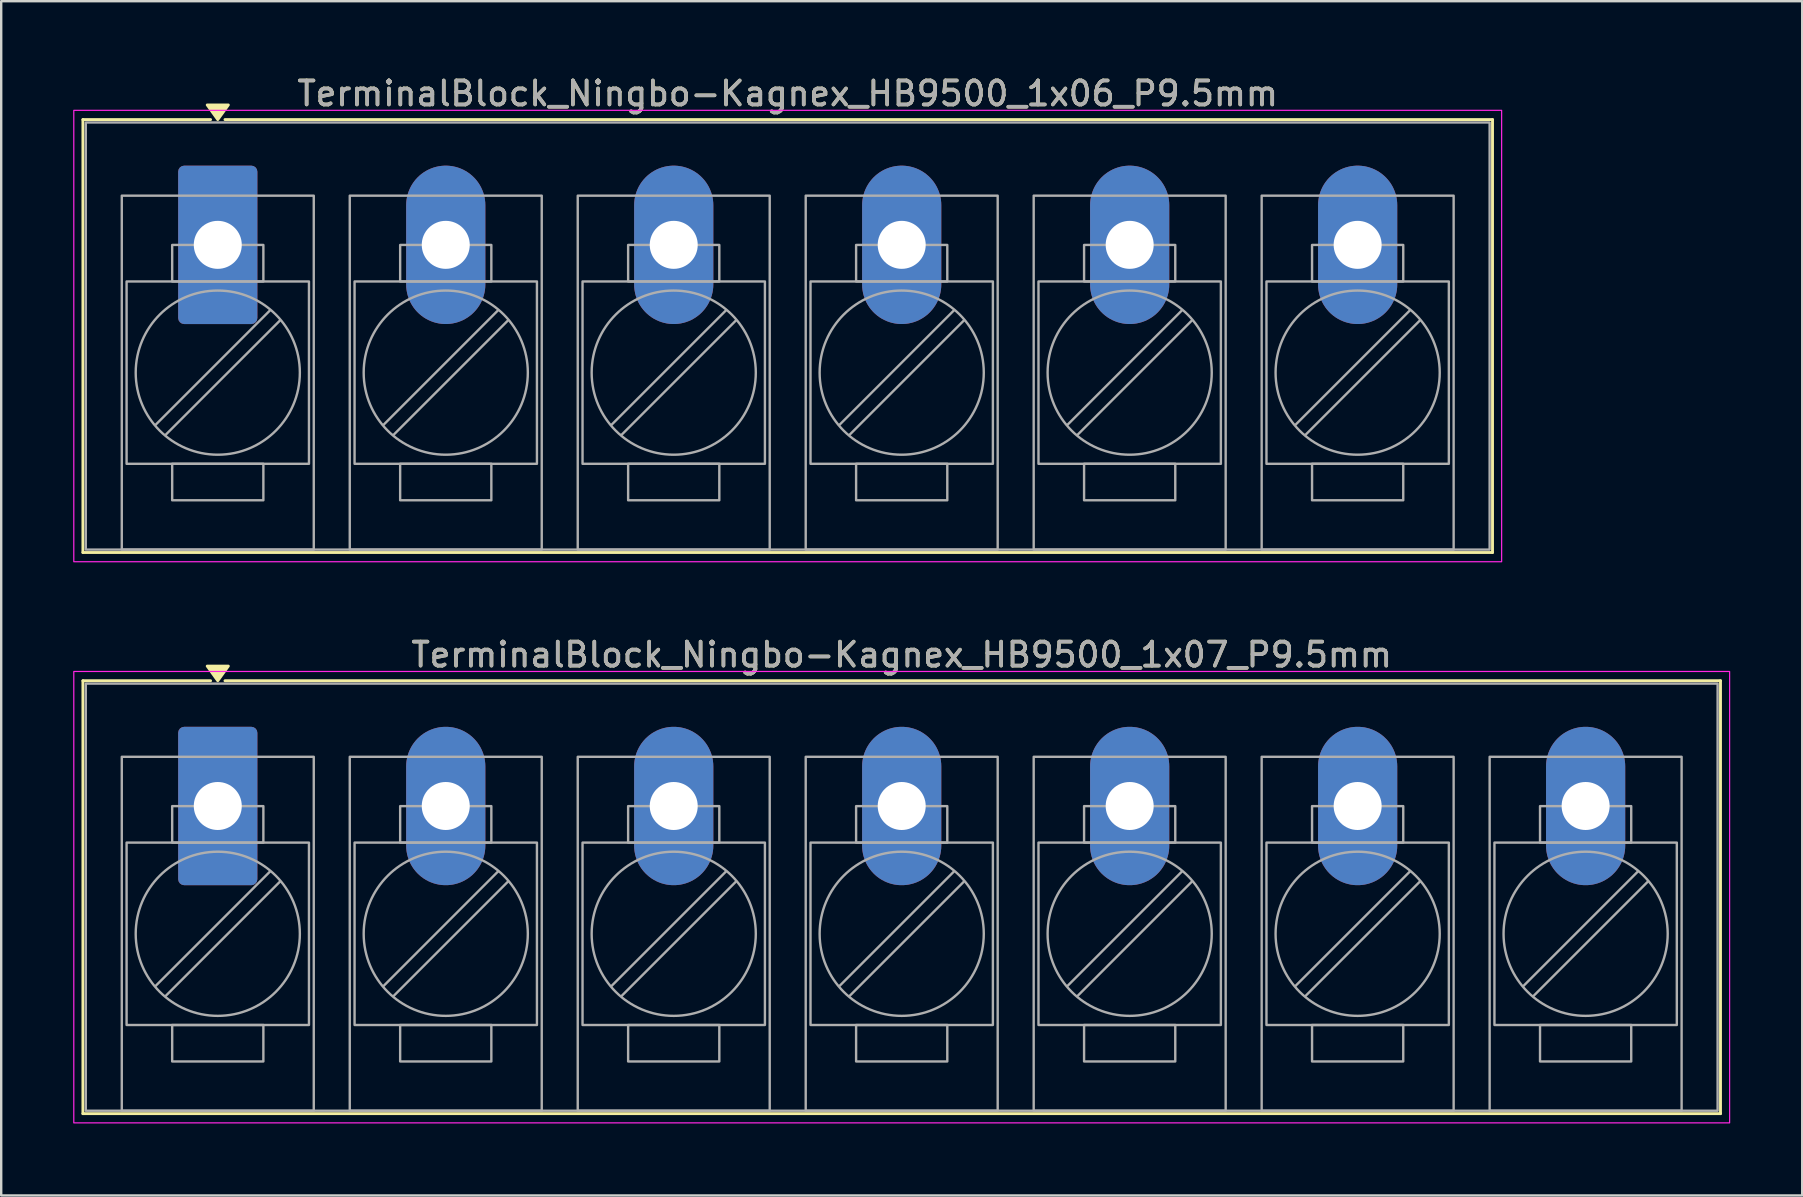
<source format=kicad_pcb>
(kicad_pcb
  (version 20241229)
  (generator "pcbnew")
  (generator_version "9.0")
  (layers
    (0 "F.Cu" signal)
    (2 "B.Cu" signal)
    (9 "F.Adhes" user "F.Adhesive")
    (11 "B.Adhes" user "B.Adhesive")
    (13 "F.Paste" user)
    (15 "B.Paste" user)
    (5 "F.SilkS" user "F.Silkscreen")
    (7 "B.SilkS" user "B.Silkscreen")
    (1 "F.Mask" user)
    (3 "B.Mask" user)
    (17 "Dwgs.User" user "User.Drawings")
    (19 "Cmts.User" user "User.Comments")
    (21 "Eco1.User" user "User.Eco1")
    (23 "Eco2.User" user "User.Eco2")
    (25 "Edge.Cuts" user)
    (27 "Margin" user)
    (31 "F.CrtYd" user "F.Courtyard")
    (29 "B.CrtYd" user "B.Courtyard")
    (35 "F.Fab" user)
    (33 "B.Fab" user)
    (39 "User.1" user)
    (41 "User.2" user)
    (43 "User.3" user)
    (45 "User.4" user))
  (footprint "TerminalBlock_Ningbo-Kagnex_HB9500_1x06_P9.5mm"
    (layer "F.Cu")
    (at 6.025 7.153)
    (property "Reference" "TerminalBlock_Ningbo-Kagnex_HB9500_1x06_P9.5mm" (at 23.75 -6.305 0) (layer "F.SilkS") (effects (font (size 1 1) (thickness 0.15))))
    (attr through_hole)
    (fp_line (start -5.62 -5.22) (end -0.3 -5.22) (stroke (width 0.12) (type solid)) (layer "F.SilkS"))
    (fp_line (start -5.62 12.82) (end -5.62 -5.22) (stroke (width 0.12) (type solid)) (layer "F.SilkS"))
    (fp_line (start 0.3 -5.22) (end 53.12 -5.22) (stroke (width 0.12) (type solid)) (layer "F.SilkS"))
    (fp_line (start 53.12 -5.22) (end 53.12 12.82) (stroke (width 0.12) (type solid)) (layer "F.SilkS"))
    (fp_line (start 53.12 12.82) (end -5.62 12.82) (stroke (width 0.12) (type solid)) (layer "F.SilkS"))
    (fp_poly (pts (xy 0 -5.22) (xy -0.44 -5.83) (xy 0.44 -5.83)) (stroke (width 0.12) (type solid)) (fill yes) (layer "F.SilkS"))
    (fp_rect (start -6 -5.605) (end 53.5 13.205) (stroke (width 0.05) (type solid)) (fill no) (layer "F.CrtYd"))
    (fp_line (start 2.176 2.731) (end -2.594 7.501) (stroke (width 0.1) (type solid)) (layer "F.Fab"))
    (fp_line (start 2.594 3.149) (end -2.176 7.919) (stroke (width 0.1) (type solid)) (layer "F.Fab"))
    (fp_line (start 11.676 2.731) (end 6.906 7.501) (stroke (width 0.1) (type solid)) (layer "F.Fab"))
    (fp_line (start 12.094 3.149) (end 7.324 7.919) (stroke (width 0.1) (type solid)) (layer "F.Fab"))
    (fp_line (start 21.176 2.731) (end 16.406 7.501) (stroke (width 0.1) (type solid)) (layer "F.Fab"))
    (fp_line (start 21.594 3.149) (end 16.824 7.919) (stroke (width 0.1) (type solid)) (layer "F.Fab"))
    (fp_line (start 30.676 2.731) (end 25.906 7.501) (stroke (width 0.1) (type solid)) (layer "F.Fab"))
    (fp_line (start 31.094 3.149) (end 26.324 7.919) (stroke (width 0.1) (type solid)) (layer "F.Fab"))
    (fp_line (start 40.176 2.731) (end 35.406 7.501) (stroke (width 0.1) (type solid)) (layer "F.Fab"))
    (fp_line (start 40.594 3.149) (end 35.824 7.919) (stroke (width 0.1) (type solid)) (layer "F.Fab"))
    (fp_line (start 49.676 2.731) (end 44.906 7.501) (stroke (width 0.1) (type solid)) (layer "F.Fab"))
    (fp_line (start 50.094 3.149) (end 45.324 7.919) (stroke (width 0.1) (type solid)) (layer "F.Fab"))
    (fp_rect (start -5.5 -5.1) (end 53 12.7) (stroke (width 0.1) (type solid)) (fill no) (layer "F.Fab"))
    (fp_rect (start -4 -2.05) (end 4 12.7) (stroke (width 0.1) (type solid)) (fill no) (layer "F.Fab"))
    (fp_rect (start -3.8 1.525) (end 3.8 9.125) (stroke (width 0.1) (type solid)) (fill no) (layer "F.Fab"))
    (fp_rect (start -1.9 0.005) (end 1.9 1.525) (stroke (width 0.1) (type solid)) (fill no) (layer "F.Fab"))
    (fp_rect (start -1.9 9.125) (end 1.9 10.645) (stroke (width 0.1) (type solid)) (fill no) (layer "F.Fab"))
    (fp_rect (start 5.5 -2.05) (end 13.5 12.7) (stroke (width 0.1) (type solid)) (fill no) (layer "F.Fab"))
    (fp_rect (start 5.7 1.525) (end 13.3 9.125) (stroke (width 0.1) (type solid)) (fill no) (layer "F.Fab"))
    (fp_rect (start 7.6 0.005) (end 11.4 1.525) (stroke (width 0.1) (type solid)) (fill no) (layer "F.Fab"))
    (fp_rect (start 7.6 9.125) (end 11.4 10.645) (stroke (width 0.1) (type solid)) (fill no) (layer "F.Fab"))
    (fp_rect (start 15 -2.05) (end 23 12.7) (stroke (width 0.1) (type solid)) (fill no) (layer "F.Fab"))
    (fp_rect (start 15.2 1.525) (end 22.8 9.125) (stroke (width 0.1) (type solid)) (fill no) (layer "F.Fab"))
    (fp_rect (start 17.1 0.005) (end 20.9 1.525) (stroke (width 0.1) (type solid)) (fill no) (layer "F.Fab"))
    (fp_rect (start 17.1 9.125) (end 20.9 10.645) (stroke (width 0.1) (type solid)) (fill no) (layer "F.Fab"))
    (fp_rect (start 24.5 -2.05) (end 32.5 12.7) (stroke (width 0.1) (type solid)) (fill no) (layer "F.Fab"))
    (fp_rect (start 24.7 1.525) (end 32.3 9.125) (stroke (width 0.1) (type solid)) (fill no) (layer "F.Fab"))
    (fp_rect (start 26.6 0.005) (end 30.4 1.525) (stroke (width 0.1) (type solid)) (fill no) (layer "F.Fab"))
    (fp_rect (start 26.6 9.125) (end 30.4 10.645) (stroke (width 0.1) (type solid)) (fill no) (layer "F.Fab"))
    (fp_rect (start 34 -2.05) (end 42 12.7) (stroke (width 0.1) (type solid)) (fill no) (layer "F.Fab"))
    (fp_rect (start 34.2 1.525) (end 41.8 9.125) (stroke (width 0.1) (type solid)) (fill no) (layer "F.Fab"))
    (fp_rect (start 36.1 0.005) (end 39.9 1.525) (stroke (width 0.1) (type solid)) (fill no) (layer "F.Fab"))
    (fp_rect (start 36.1 9.125) (end 39.9 10.645) (stroke (width 0.1) (type solid)) (fill no) (layer "F.Fab"))
    (fp_rect (start 43.5 -2.05) (end 51.5 12.7) (stroke (width 0.1) (type solid)) (fill no) (layer "F.Fab"))
    (fp_rect (start 43.7 1.525) (end 51.3 9.125) (stroke (width 0.1) (type solid)) (fill no) (layer "F.Fab"))
    (fp_rect (start 45.6 0.005) (end 49.4 1.525) (stroke (width 0.1) (type solid)) (fill no) (layer "F.Fab"))
    (fp_rect (start 45.6 9.125) (end 49.4 10.645) (stroke (width 0.1) (type solid)) (fill no) (layer "F.Fab"))
    (fp_circle (center 0 5.325) (end 3.42 5.325) (stroke (width 0.1) (type solid)) (fill no) (layer "F.Fab"))
    (fp_circle (center 9.5 5.325) (end 12.92 5.325) (stroke (width 0.1) (type solid)) (fill no) (layer "F.Fab"))
    (fp_circle (center 19 5.325) (end 22.42 5.325) (stroke (width 0.1) (type solid)) (fill no) (layer "F.Fab"))
    (fp_circle (center 28.5 5.325) (end 31.92 5.325) (stroke (width 0.1) (type solid)) (fill no) (layer "F.Fab"))
    (fp_circle (center 38 5.325) (end 41.42 5.325) (stroke (width 0.1) (type solid)) (fill no) (layer "F.Fab"))
    (fp_circle (center 47.5 5.325) (end 50.92 5.325) (stroke (width 0.1) (type solid)) (fill no) (layer "F.Fab"))
    (fp_text user "${REFERENCE}" (at 23.75 -6.305 0) (layer "F.Fab") (effects (font (size 1 1) (thickness 0.15))))
    (pad "1" thru_hole roundrect (at 0 0) (size 3.3 6.6) (drill 2) (layers "*.Cu" "*.Mask") (roundrect_rratio 0.076))
    (pad "2" thru_hole oval (at 9.5 0) (size 3.3 6.6) (drill 2) (layers "*.Cu" "*.Mask"))
    (pad "3" thru_hole oval (at 19 0) (size 3.3 6.6) (drill 2) (layers "*.Cu" "*.Mask"))
    (pad "4" thru_hole oval (at 28.5 0) (size 3.3 6.6) (drill 2) (layers "*.Cu" "*.Mask"))
    (pad "5" thru_hole oval (at 38 0) (size 3.3 6.6) (drill 2) (layers "*.Cu" "*.Mask"))
    (pad "6" thru_hole oval (at 47.5 0) (size 3.3 6.6) (drill 2) (layers "*.Cu" "*.Mask")))
  (footprint "TerminalBlock_Ningbo-Kagnex_HB9500_1x07_P9.5mm"
    (layer "F.Cu")
    (at 6.025 30.537)
    (property "Reference" "TerminalBlock_Ningbo-Kagnex_HB9500_1x07_P9.5mm" (at 28.5 -6.305 0) (layer "F.SilkS") (effects (font (size 1 1) (thickness 0.15))))
    (attr through_hole)
    (fp_line (start -5.62 -5.22) (end -0.3 -5.22) (stroke (width 0.12) (type solid)) (layer "F.SilkS"))
    (fp_line (start -5.62 12.82) (end -5.62 -5.22) (stroke (width 0.12) (type solid)) (layer "F.SilkS"))
    (fp_line (start 0.3 -5.22) (end 62.62 -5.22) (stroke (width 0.12) (type solid)) (layer "F.SilkS"))
    (fp_line (start 62.62 -5.22) (end 62.62 12.82) (stroke (width 0.12) (type solid)) (layer "F.SilkS"))
    (fp_line (start 62.62 12.82) (end -5.62 12.82) (stroke (width 0.12) (type solid)) (layer "F.SilkS"))
    (fp_poly (pts (xy 0 -5.22) (xy -0.44 -5.83) (xy 0.44 -5.83)) (stroke (width 0.12) (type solid)) (fill yes) (layer "F.SilkS"))
    (fp_rect (start -6 -5.605) (end 63 13.205) (stroke (width 0.05) (type solid)) (fill no) (layer "F.CrtYd"))
    (fp_line (start 2.176 2.731) (end -2.594 7.501) (stroke (width 0.1) (type solid)) (layer "F.Fab"))
    (fp_line (start 2.594 3.149) (end -2.176 7.919) (stroke (width 0.1) (type solid)) (layer "F.Fab"))
    (fp_line (start 11.676 2.731) (end 6.906 7.501) (stroke (width 0.1) (type solid)) (layer "F.Fab"))
    (fp_line (start 12.094 3.149) (end 7.324 7.919) (stroke (width 0.1) (type solid)) (layer "F.Fab"))
    (fp_line (start 21.176 2.731) (end 16.406 7.501) (stroke (width 0.1) (type solid)) (layer "F.Fab"))
    (fp_line (start 21.594 3.149) (end 16.824 7.919) (stroke (width 0.1) (type solid)) (layer "F.Fab"))
    (fp_line (start 30.676 2.731) (end 25.906 7.501) (stroke (width 0.1) (type solid)) (layer "F.Fab"))
    (fp_line (start 31.094 3.149) (end 26.324 7.919) (stroke (width 0.1) (type solid)) (layer "F.Fab"))
    (fp_line (start 40.176 2.731) (end 35.406 7.501) (stroke (width 0.1) (type solid)) (layer "F.Fab"))
    (fp_line (start 40.594 3.149) (end 35.824 7.919) (stroke (width 0.1) (type solid)) (layer "F.Fab"))
    (fp_line (start 49.676 2.731) (end 44.906 7.501) (stroke (width 0.1) (type solid)) (layer "F.Fab"))
    (fp_line (start 50.094 3.149) (end 45.324 7.919) (stroke (width 0.1) (type solid)) (layer "F.Fab"))
    (fp_line (start 59.176 2.731) (end 54.406 7.501) (stroke (width 0.1) (type solid)) (layer "F.Fab"))
    (fp_line (start 59.594 3.149) (end 54.824 7.919) (stroke (width 0.1) (type solid)) (layer "F.Fab"))
    (fp_rect (start -5.5 -5.1) (end 62.5 12.7) (stroke (width 0.1) (type solid)) (fill no) (layer "F.Fab"))
    (fp_rect (start -4 -2.05) (end 4 12.7) (stroke (width 0.1) (type solid)) (fill no) (layer "F.Fab"))
    (fp_rect (start -3.8 1.525) (end 3.8 9.125) (stroke (width 0.1) (type solid)) (fill no) (layer "F.Fab"))
    (fp_rect (start -1.9 0.005) (end 1.9 1.525) (stroke (width 0.1) (type solid)) (fill no) (layer "F.Fab"))
    (fp_rect (start -1.9 9.125) (end 1.9 10.645) (stroke (width 0.1) (type solid)) (fill no) (layer "F.Fab"))
    (fp_rect (start 5.5 -2.05) (end 13.5 12.7) (stroke (width 0.1) (type solid)) (fill no) (layer "F.Fab"))
    (fp_rect (start 5.7 1.525) (end 13.3 9.125) (stroke (width 0.1) (type solid)) (fill no) (layer "F.Fab"))
    (fp_rect (start 7.6 0.005) (end 11.4 1.525) (stroke (width 0.1) (type solid)) (fill no) (layer "F.Fab"))
    (fp_rect (start 7.6 9.125) (end 11.4 10.645) (stroke (width 0.1) (type solid)) (fill no) (layer "F.Fab"))
    (fp_rect (start 15 -2.05) (end 23 12.7) (stroke (width 0.1) (type solid)) (fill no) (layer "F.Fab"))
    (fp_rect (start 15.2 1.525) (end 22.8 9.125) (stroke (width 0.1) (type solid)) (fill no) (layer "F.Fab"))
    (fp_rect (start 17.1 0.005) (end 20.9 1.525) (stroke (width 0.1) (type solid)) (fill no) (layer "F.Fab"))
    (fp_rect (start 17.1 9.125) (end 20.9 10.645) (stroke (width 0.1) (type solid)) (fill no) (layer "F.Fab"))
    (fp_rect (start 24.5 -2.05) (end 32.5 12.7) (stroke (width 0.1) (type solid)) (fill no) (layer "F.Fab"))
    (fp_rect (start 24.7 1.525) (end 32.3 9.125) (stroke (width 0.1) (type solid)) (fill no) (layer "F.Fab"))
    (fp_rect (start 26.6 0.005) (end 30.4 1.525) (stroke (width 0.1) (type solid)) (fill no) (layer "F.Fab"))
    (fp_rect (start 26.6 9.125) (end 30.4 10.645) (stroke (width 0.1) (type solid)) (fill no) (layer "F.Fab"))
    (fp_rect (start 34 -2.05) (end 42 12.7) (stroke (width 0.1) (type solid)) (fill no) (layer "F.Fab"))
    (fp_rect (start 34.2 1.525) (end 41.8 9.125) (stroke (width 0.1) (type solid)) (fill no) (layer "F.Fab"))
    (fp_rect (start 36.1 0.005) (end 39.9 1.525) (stroke (width 0.1) (type solid)) (fill no) (layer "F.Fab"))
    (fp_rect (start 36.1 9.125) (end 39.9 10.645) (stroke (width 0.1) (type solid)) (fill no) (layer "F.Fab"))
    (fp_rect (start 43.5 -2.05) (end 51.5 12.7) (stroke (width 0.1) (type solid)) (fill no) (layer "F.Fab"))
    (fp_rect (start 43.7 1.525) (end 51.3 9.125) (stroke (width 0.1) (type solid)) (fill no) (layer "F.Fab"))
    (fp_rect (start 45.6 0.005) (end 49.4 1.525) (stroke (width 0.1) (type solid)) (fill no) (layer "F.Fab"))
    (fp_rect (start 45.6 9.125) (end 49.4 10.645) (stroke (width 0.1) (type solid)) (fill no) (layer "F.Fab"))
    (fp_rect (start 53 -2.05) (end 61 12.7) (stroke (width 0.1) (type solid)) (fill no) (layer "F.Fab"))
    (fp_rect (start 53.2 1.525) (end 60.8 9.125) (stroke (width 0.1) (type solid)) (fill no) (layer "F.Fab"))
    (fp_rect (start 55.1 0.005) (end 58.9 1.525) (stroke (width 0.1) (type solid)) (fill no) (layer "F.Fab"))
    (fp_rect (start 55.1 9.125) (end 58.9 10.645) (stroke (width 0.1) (type solid)) (fill no) (layer "F.Fab"))
    (fp_circle (center 0 5.325) (end 3.42 5.325) (stroke (width 0.1) (type solid)) (fill no) (layer "F.Fab"))
    (fp_circle (center 9.5 5.325) (end 12.92 5.325) (stroke (width 0.1) (type solid)) (fill no) (layer "F.Fab"))
    (fp_circle (center 19 5.325) (end 22.42 5.325) (stroke (width 0.1) (type solid)) (fill no) (layer "F.Fab"))
    (fp_circle (center 28.5 5.325) (end 31.92 5.325) (stroke (width 0.1) (type solid)) (fill no) (layer "F.Fab"))
    (fp_circle (center 38 5.325) (end 41.42 5.325) (stroke (width 0.1) (type solid)) (fill no) (layer "F.Fab"))
    (fp_circle (center 47.5 5.325) (end 50.92 5.325) (stroke (width 0.1) (type solid)) (fill no) (layer "F.Fab"))
    (fp_circle (center 57 5.325) (end 60.42 5.325) (stroke (width 0.1) (type solid)) (fill no) (layer "F.Fab"))
    (fp_text user "${REFERENCE}" (at 28.5 -6.305 0) (layer "F.Fab") (effects (font (size 1 1) (thickness 0.15))))
    (pad "1" thru_hole roundrect (at 0 0) (size 3.3 6.6) (drill 2) (layers "*.Cu" "*.Mask") (roundrect_rratio 0.076))
    (pad "2" thru_hole oval (at 9.5 0) (size 3.3 6.6) (drill 2) (layers "*.Cu" "*.Mask"))
    (pad "3" thru_hole oval (at 19 0) (size 3.3 6.6) (drill 2) (layers "*.Cu" "*.Mask"))
    (pad "4" thru_hole oval (at 28.5 0) (size 3.3 6.6) (drill 2) (layers "*.Cu" "*.Mask"))
    (pad "5" thru_hole oval (at 38 0) (size 3.3 6.6) (drill 2) (layers "*.Cu" "*.Mask"))
    (pad "6" thru_hole oval (at 47.5 0) (size 3.3 6.6) (drill 2) (layers "*.Cu" "*.Mask"))
    (pad "7" thru_hole oval (at 57 0) (size 3.3 6.6) (drill 2) (layers "*.Cu" "*.Mask")))
  (gr_rect
    (start -3 -3)
    (end 72.05 46.767)
    (stroke (width 0.1) (type default))
    (fill no)
    (layer "Edge.Cuts")))
</source>
